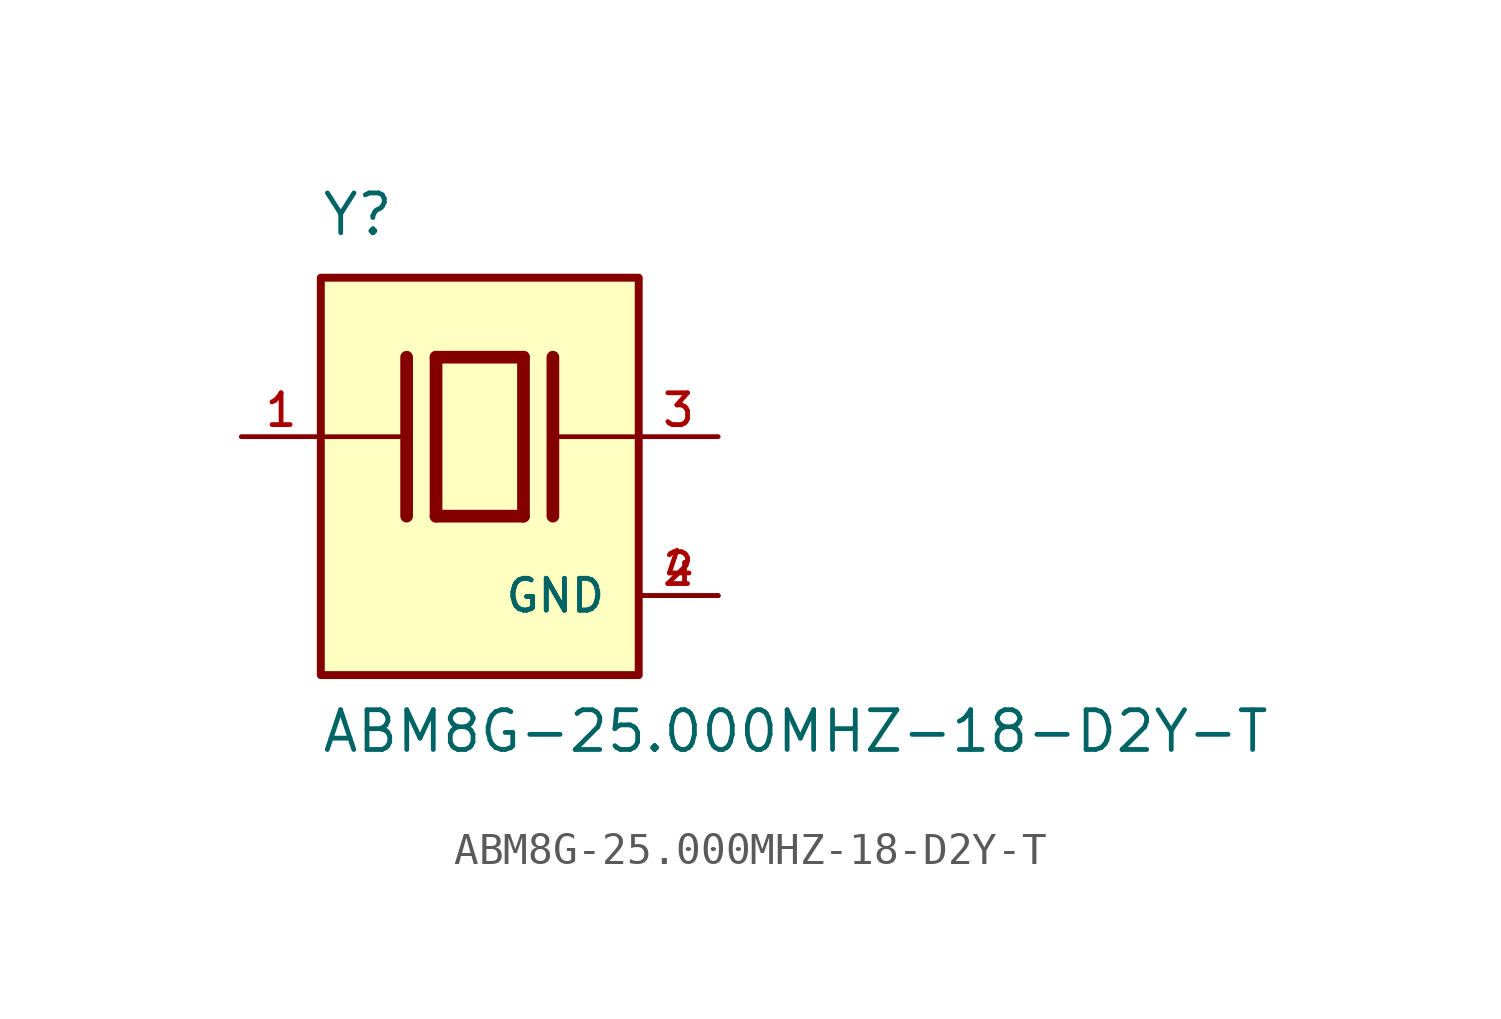
<source format=kicad_sym>
(kicad_symbol_lib
  (version 20211014)
  (generator kicad_symbol_editor)
  (symbol "ABM8G-25.000MHZ-18-D2Y-T"
    (pin_names
      (offset 1.016))
    (property "Reference" "Y"
      (at -5.088 6.356 0)
      (effects (font (size 1.27 1.27)) (justify bottom left)))
    (property "Value" "ABM8G-25.000MHZ-18-D2Y-T"
      (at -5.094 -10.16 0)
      (effects (font (size 1.27 1.27)) (justify bottom left)))
    (symbol "ABM8G-25.000MHZ-18-D2Y-T_0_0"
      (polyline (pts (xy -1.397 2.54) (xy 1.397 2.54)) (stroke (width 0.406)))
      (polyline (pts (xy 1.397 2.54) (xy 1.397 -2.54)) (stroke (width 0.406)))
      (polyline (pts (xy 1.397 -2.54) (xy -1.397 -2.54)) (stroke (width 0.406)))
      (polyline (pts (xy -1.397 2.54) (xy -1.397 -2.54)) (stroke (width 0.406)))
      (polyline (pts (xy 2.337 2.54) (xy 2.337 -2.54)) (stroke (width 0.406)))
      (polyline (pts (xy -2.337 2.54) (xy -2.337 -2.54)) (stroke (width 0.406)))
      (polyline (pts (xy -5.08 0.0) (xy -2.54 0.0)) (stroke (width 0.152)))
      (polyline (pts (xy 2.54 0.0) (xy 5.08 0.0)) (stroke (width 0.152)))
      (rectangle (start -5.08 -7.62) (end 5.08 5.08) (stroke (width 0.254)) (fill (type background)))
      (pin passive line (at 7.62 0.0 180.0) (length 2.54) (name "~" (effects (font (size 1.016 1.016)))) (number "3" (effects (font (size 1.016 1.016)))))
      (pin passive line (at -7.62 0.0 0) (length 2.54) (name "~" (effects (font (size 1.016 1.016)))) (number "1" (effects (font (size 1.016 1.016)))))
      (pin power_in line (at 7.62 -5.08 180.0) (length 2.54) (name "GND" (effects (font (size 1.016 1.016)))) (number "2" (effects (font (size 1.016 1.016)))))
      (pin power_in line (at 7.62 -5.08 180.0) (length 2.54) (name "GND" (effects (font (size 1.016 1.016)))) (number "4" (effects (font (size 1.016 1.016))))))))
</source>
